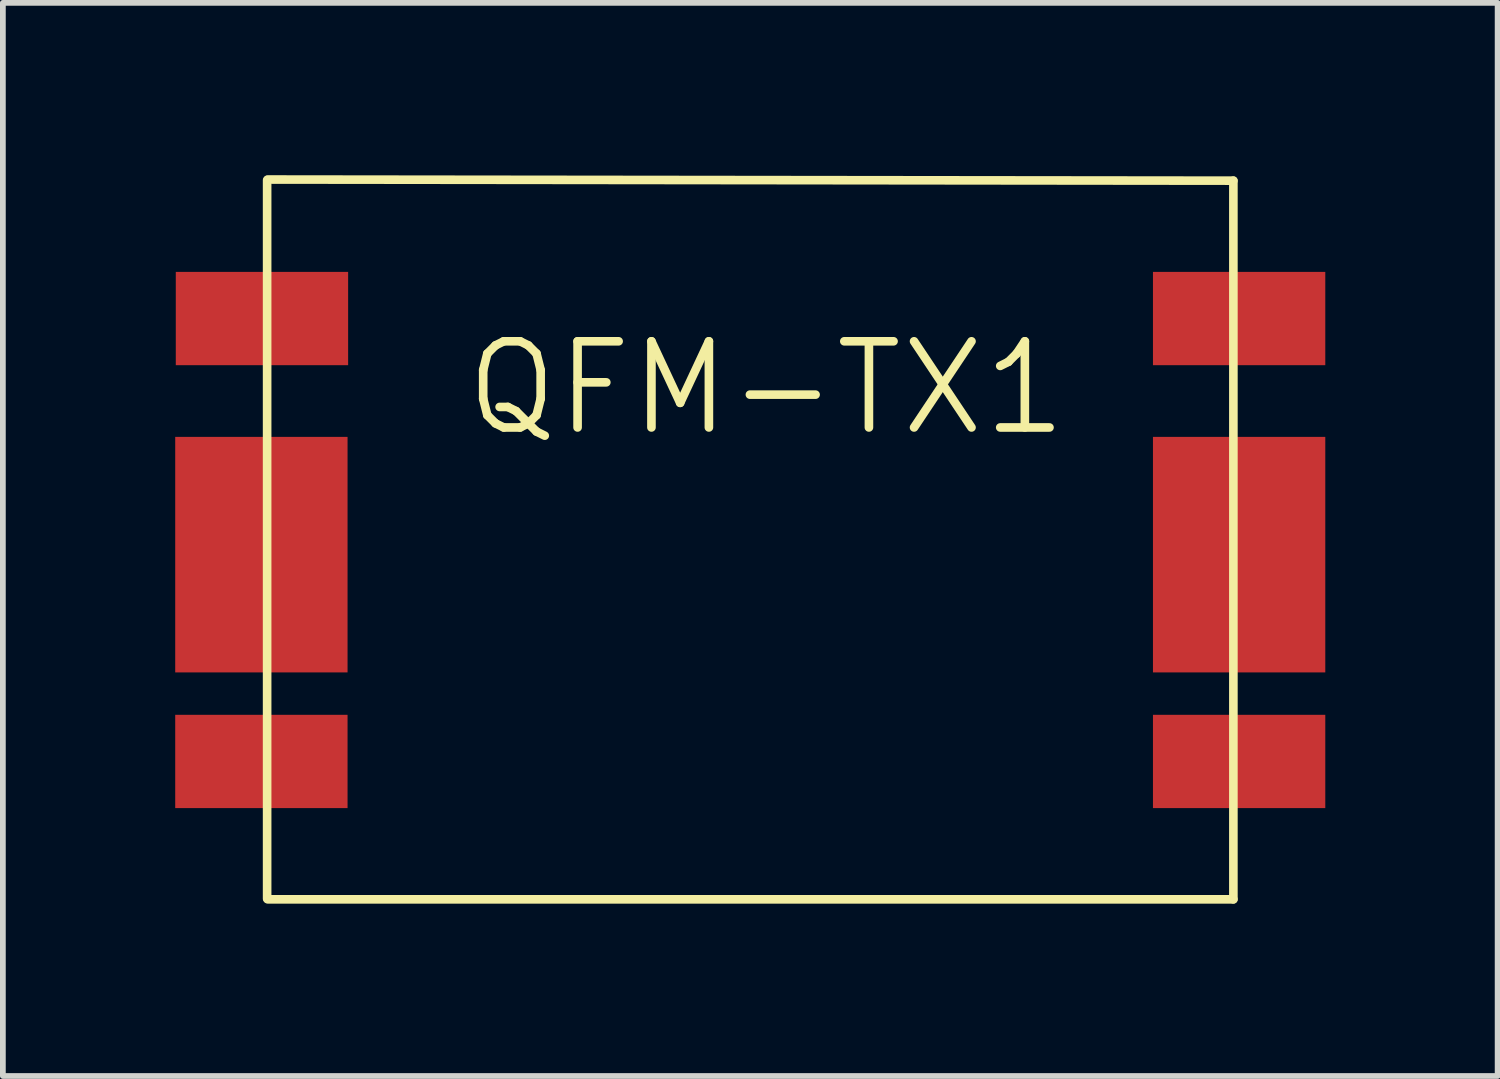
<source format=kicad_pcb>
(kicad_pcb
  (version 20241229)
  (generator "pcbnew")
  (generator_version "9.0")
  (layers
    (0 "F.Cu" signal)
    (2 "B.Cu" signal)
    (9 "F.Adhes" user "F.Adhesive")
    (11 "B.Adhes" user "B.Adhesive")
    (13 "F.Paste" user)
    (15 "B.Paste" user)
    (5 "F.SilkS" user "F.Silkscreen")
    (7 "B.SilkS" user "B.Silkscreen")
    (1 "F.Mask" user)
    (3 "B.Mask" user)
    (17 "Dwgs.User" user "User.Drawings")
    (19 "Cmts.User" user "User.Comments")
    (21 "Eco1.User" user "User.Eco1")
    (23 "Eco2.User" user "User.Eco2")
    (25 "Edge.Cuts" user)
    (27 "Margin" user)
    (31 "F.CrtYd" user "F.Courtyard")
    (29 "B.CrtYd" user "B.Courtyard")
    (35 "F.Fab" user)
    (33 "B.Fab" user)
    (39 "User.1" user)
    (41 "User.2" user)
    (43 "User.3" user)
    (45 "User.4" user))
  (footprint "QFM-TX1"
    (layer "F.Cu")
    (at 9.59 6.825)
    (property "Reference" "QFM-TX1" (at 0.7 -3.12 0) (layer "F.SilkS") (effects (font (size 1.5 1.5) (thickness 0.15))))
    (attr through_hole)
    (fp_line (start -7.99 5.77) (end -7.99 -6.74) (stroke (width 0.15) (type solid)) (layer "F.SilkS"))
    (fp_line (start -7.98 -6.75) (end 8.83 -6.73) (stroke (width 0.15) (type solid)) (layer "F.SilkS"))
    (fp_line (start -7.98 5.78) (end 8.83 5.78) (stroke (width 0.15) (type solid)) (layer "F.SilkS"))
    (fp_line (start 8.83 5.78) (end 8.83 -6.73) (stroke (width 0.15) (type solid)) (layer "F.SilkS"))
    (pad "1" smd rect (at -8.08 -4.33) (size 3 1.624) (layers "F.Cu" "F.Mask" "F.Paste"))
    (pad "2" smd rect (at -8.09 -0.22) (size 3 4.1) (layers "F.Cu" "F.Mask" "F.Paste"))
    (pad "3" smd rect (at -8.09 3.38) (size 3 1.624) (layers "F.Cu" "F.Mask" "F.Paste"))
    (pad "4" smd rect (at 8.93 3.38) (size 3 1.624) (layers "F.Cu" "F.Mask" "F.Paste"))
    (pad "5" smd rect (at 8.93 -0.22) (size 3 4.1) (layers "F.Cu" "F.Mask" "F.Paste"))
    (pad "6" smd rect (at 8.93 -4.33) (size 3 1.624) (layers "F.Cu" "F.Mask" "F.Paste")))
  (gr_rect
    (start -3 -3)
    (end 23.02 15.68)
    (stroke (width 0.1) (type default))
    (fill no)
    (layer "Edge.Cuts")))
</source>
